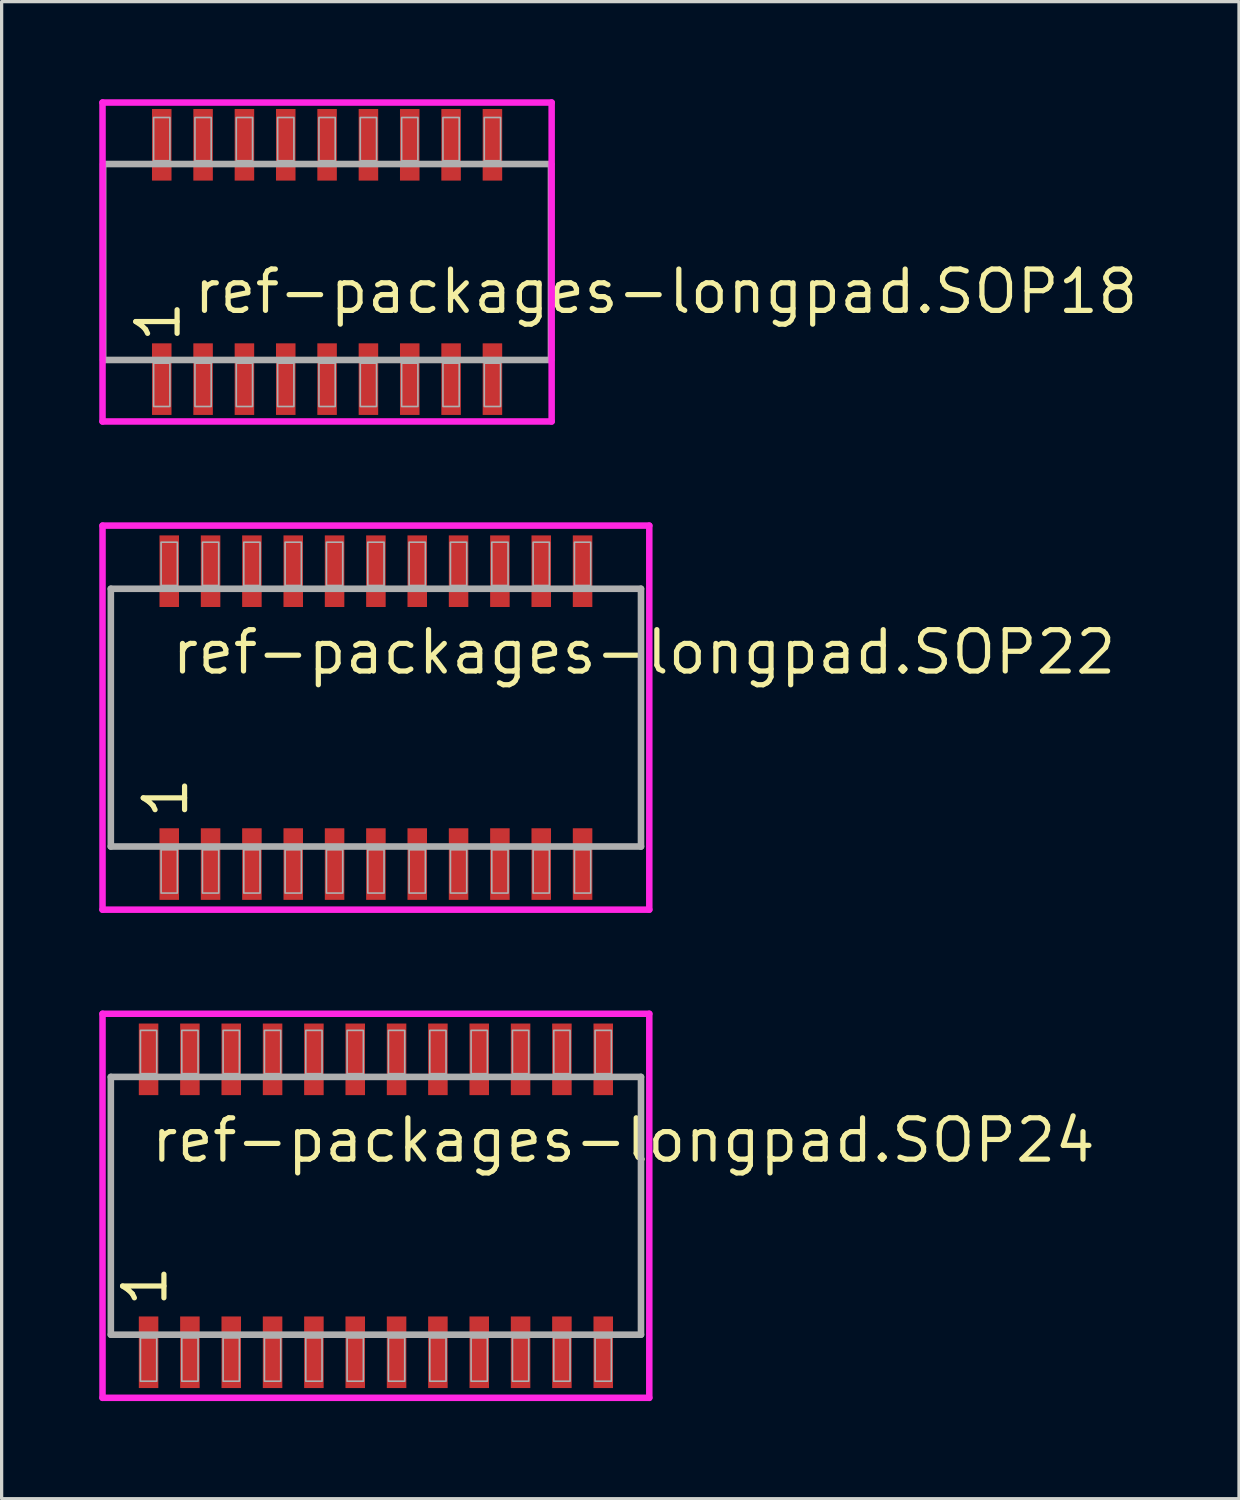
<source format=kicad_pcb>
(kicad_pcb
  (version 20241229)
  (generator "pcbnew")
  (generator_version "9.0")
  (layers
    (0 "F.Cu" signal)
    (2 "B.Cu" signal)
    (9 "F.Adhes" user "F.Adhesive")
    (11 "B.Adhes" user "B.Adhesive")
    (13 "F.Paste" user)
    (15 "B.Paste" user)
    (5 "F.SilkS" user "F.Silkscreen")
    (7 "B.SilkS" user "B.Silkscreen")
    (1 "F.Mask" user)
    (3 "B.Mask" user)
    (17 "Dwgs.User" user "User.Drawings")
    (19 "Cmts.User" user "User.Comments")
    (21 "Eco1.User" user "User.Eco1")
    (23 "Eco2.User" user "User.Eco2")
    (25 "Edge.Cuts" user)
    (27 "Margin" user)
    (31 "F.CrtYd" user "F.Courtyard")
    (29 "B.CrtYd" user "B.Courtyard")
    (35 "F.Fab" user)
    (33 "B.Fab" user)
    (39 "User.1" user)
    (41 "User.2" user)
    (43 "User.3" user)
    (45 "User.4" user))
  (footprint "ref-packages-longpad.SOP18"
    (layer "F.Cu")
    (at 7 5)
    (property "Reference" "ref-packages-longpad.SOP18" (at -4.175 1.65 0) (layer "F.SilkS") (effects (font (size 1.27 1.27) (thickness 0.16)) (justify left bottom)))
    (attr smd)
    (fp_line (start -6.9 -4.9) (end 6.9 -4.9) (stroke (width 0.2) (type default)) (layer "F.CrtYd"))
    (fp_line (start -6.9 4.9) (end -6.9 -4.9) (stroke (width 0.2) (type default)) (layer "F.CrtYd"))
    (fp_line (start 6.9 -4.9) (end 6.9 4.9) (stroke (width 0.2) (type default)) (layer "F.CrtYd"))
    (fp_line (start 6.9 4.9) (end -6.9 4.9) (stroke (width 0.2) (type default)) (layer "F.CrtYd"))
    (fp_line (start -6.88 -3.01) (end 6.88 -3.01) (stroke (width 0.203) (type default)) (layer "F.Fab"))
    (fp_line (start -6.88 3.01) (end -6.88 -3.01) (stroke (width 0.203) (type default)) (layer "F.Fab"))
    (fp_line (start 6.88 -3.01) (end 6.88 3.01) (stroke (width 0.203) (type default)) (layer "F.Fab"))
    (fp_line (start 6.88 3.01) (end -6.88 3.01) (stroke (width 0.203) (type default)) (layer "F.Fab"))
    (fp_rect (start -5.33 -3.11) (end -4.83 -4.44) (stroke (width 0.05) (type default)) (fill no) (layer "F.Fab"))
    (fp_rect (start -5.33 4.44) (end -4.83 3.11) (stroke (width 0.05) (type default)) (fill no) (layer "F.Fab"))
    (fp_rect (start -4.06 -3.11) (end -3.56 -4.44) (stroke (width 0.05) (type default)) (fill no) (layer "F.Fab"))
    (fp_rect (start -4.06 4.44) (end -3.56 3.11) (stroke (width 0.05) (type default)) (fill no) (layer "F.Fab"))
    (fp_rect (start -2.79 -3.11) (end -2.29 -4.44) (stroke (width 0.05) (type default)) (fill no) (layer "F.Fab"))
    (fp_rect (start -2.79 4.44) (end -2.29 3.11) (stroke (width 0.05) (type default)) (fill no) (layer "F.Fab"))
    (fp_rect (start -1.52 -3.11) (end -1.02 -4.44) (stroke (width 0.05) (type default)) (fill no) (layer "F.Fab"))
    (fp_rect (start -1.52 4.44) (end -1.02 3.11) (stroke (width 0.05) (type default)) (fill no) (layer "F.Fab"))
    (fp_rect (start -0.25 -3.11) (end 0.25 -4.44) (stroke (width 0.05) (type default)) (fill no) (layer "F.Fab"))
    (fp_rect (start -0.25 4.44) (end 0.25 3.11) (stroke (width 0.05) (type default)) (fill no) (layer "F.Fab"))
    (fp_rect (start 1.02 -3.11) (end 1.52 -4.44) (stroke (width 0.05) (type default)) (fill no) (layer "F.Fab"))
    (fp_rect (start 1.02 4.44) (end 1.52 3.11) (stroke (width 0.05) (type default)) (fill no) (layer "F.Fab"))
    (fp_rect (start 2.29 -3.11) (end 2.79 -4.44) (stroke (width 0.05) (type default)) (fill no) (layer "F.Fab"))
    (fp_rect (start 2.29 4.44) (end 2.79 3.11) (stroke (width 0.05) (type default)) (fill no) (layer "F.Fab"))
    (fp_rect (start 3.56 -3.11) (end 4.06 -4.44) (stroke (width 0.05) (type default)) (fill no) (layer "F.Fab"))
    (fp_rect (start 3.56 4.44) (end 4.06 3.11) (stroke (width 0.05) (type default)) (fill no) (layer "F.Fab"))
    (fp_rect (start 4.83 -3.11) (end 5.33 -4.44) (stroke (width 0.05) (type default)) (fill no) (layer "F.Fab"))
    (fp_rect (start 4.83 4.44) (end 5.33 3.11) (stroke (width 0.05) (type default)) (fill no) (layer "F.Fab"))
    (fp_text user "1" (at -4.445 2.54 90) (layer "F.SilkS") (effects (font (size 1.27 1.27) (thickness 0.16)) (justify left bottom)))
    (pad "1" smd roundrect (at -5.08 3.6) (size 0.6 2.2) (layers "F.Cu" "F.Mask" "F.Paste") (roundrect_rratio 0.01))
    (pad "2" smd roundrect (at -3.81 3.6) (size 0.6 2.2) (layers "F.Cu" "F.Mask" "F.Paste") (roundrect_rratio 0.01))
    (pad "3" smd roundrect (at -2.54 3.6) (size 0.6 2.2) (layers "F.Cu" "F.Mask" "F.Paste") (roundrect_rratio 0.01))
    (pad "4" smd roundrect (at -1.27 3.6) (size 0.6 2.2) (layers "F.Cu" "F.Mask" "F.Paste") (roundrect_rratio 0.01))
    (pad "5" smd roundrect (at 0 3.6) (size 0.6 2.2) (layers "F.Cu" "F.Mask" "F.Paste") (roundrect_rratio 0.01))
    (pad "6" smd roundrect (at 1.27 3.6) (size 0.6 2.2) (layers "F.Cu" "F.Mask" "F.Paste") (roundrect_rratio 0.01))
    (pad "7" smd roundrect (at 2.54 3.6) (size 0.6 2.2) (layers "F.Cu" "F.Mask" "F.Paste") (roundrect_rratio 0.01))
    (pad "8" smd roundrect (at 3.81 3.6) (size 0.6 2.2) (layers "F.Cu" "F.Mask" "F.Paste") (roundrect_rratio 0.01))
    (pad "9" smd roundrect (at 5.08 3.6) (size 0.6 2.2) (layers "F.Cu" "F.Mask" "F.Paste") (roundrect_rratio 0.01))
    (pad "10" smd roundrect (at 5.08 -3.6) (size 0.6 2.2) (layers "F.Cu" "F.Mask" "F.Paste") (roundrect_rratio 0.01))
    (pad "11" smd roundrect (at 3.81 -3.6) (size 0.6 2.2) (layers "F.Cu" "F.Mask" "F.Paste") (roundrect_rratio 0.01))
    (pad "12" smd roundrect (at 2.54 -3.6) (size 0.6 2.2) (layers "F.Cu" "F.Mask" "F.Paste") (roundrect_rratio 0.01))
    (pad "13" smd roundrect (at 1.27 -3.6) (size 0.6 2.2) (layers "F.Cu" "F.Mask" "F.Paste") (roundrect_rratio 0.01))
    (pad "14" smd roundrect (at 0 -3.6) (size 0.6 2.2) (layers "F.Cu" "F.Mask" "F.Paste") (roundrect_rratio 0.01))
    (pad "15" smd roundrect (at -1.27 -3.6) (size 0.6 2.2) (layers "F.Cu" "F.Mask" "F.Paste") (roundrect_rratio 0.01))
    (pad "16" smd roundrect (at -2.54 -3.6) (size 0.6 2.2) (layers "F.Cu" "F.Mask" "F.Paste") (roundrect_rratio 0.01))
    (pad "17" smd roundrect (at -3.81 -3.6) (size 0.6 2.2) (layers "F.Cu" "F.Mask" "F.Paste") (roundrect_rratio 0.01))
    (pad "18" smd roundrect (at -5.08 -3.6) (size 0.6 2.2) (layers "F.Cu" "F.Mask" "F.Paste") (roundrect_rratio 0.01)))
  (footprint "ref-packages-longpad.SOP22"
    (layer "F.Cu")
    (at 8.5 19)
    (property "Reference" "ref-packages-longpad.SOP22" (at -6.35 -1.27 0) (layer "F.SilkS") (effects (font (size 1.27 1.27) (thickness 0.16)) (justify left bottom)))
    (attr smd)
    (fp_line (start -8.4 -5.9) (end 8.4 -5.9) (stroke (width 0.2) (type default)) (layer "F.CrtYd"))
    (fp_line (start -8.4 5.9) (end -8.4 -5.9) (stroke (width 0.2) (type default)) (layer "F.CrtYd"))
    (fp_line (start 8.4 -5.9) (end 8.4 5.9) (stroke (width 0.2) (type default)) (layer "F.CrtYd"))
    (fp_line (start 8.4 5.9) (end -8.4 5.9) (stroke (width 0.2) (type default)) (layer "F.CrtYd"))
    (fp_line (start -8.145 -3.96) (end 8.145 -3.96) (stroke (width 0.203) (type default)) (layer "F.Fab"))
    (fp_line (start -8.145 3.96) (end -8.145 -3.96) (stroke (width 0.203) (type default)) (layer "F.Fab"))
    (fp_line (start 8.145 -3.96) (end 8.145 3.96) (stroke (width 0.203) (type default)) (layer "F.Fab"))
    (fp_line (start 8.145 3.96) (end -8.145 3.96) (stroke (width 0.203) (type default)) (layer "F.Fab"))
    (fp_rect (start -6.6 -4.06) (end -6.1 -5.39) (stroke (width 0.05) (type default)) (fill no) (layer "F.Fab"))
    (fp_rect (start -6.6 5.39) (end -6.1 4.06) (stroke (width 0.05) (type default)) (fill no) (layer "F.Fab"))
    (fp_rect (start -5.33 -4.06) (end -4.83 -5.39) (stroke (width 0.05) (type default)) (fill no) (layer "F.Fab"))
    (fp_rect (start -5.33 5.39) (end -4.83 4.06) (stroke (width 0.05) (type default)) (fill no) (layer "F.Fab"))
    (fp_rect (start -4.06 -4.06) (end -3.56 -5.39) (stroke (width 0.05) (type default)) (fill no) (layer "F.Fab"))
    (fp_rect (start -4.06 5.39) (end -3.56 4.06) (stroke (width 0.05) (type default)) (fill no) (layer "F.Fab"))
    (fp_rect (start -2.79 -4.06) (end -2.29 -5.39) (stroke (width 0.05) (type default)) (fill no) (layer "F.Fab"))
    (fp_rect (start -2.79 5.39) (end -2.29 4.06) (stroke (width 0.05) (type default)) (fill no) (layer "F.Fab"))
    (fp_rect (start -1.52 -4.06) (end -1.02 -5.39) (stroke (width 0.05) (type default)) (fill no) (layer "F.Fab"))
    (fp_rect (start -1.52 5.39) (end -1.02 4.06) (stroke (width 0.05) (type default)) (fill no) (layer "F.Fab"))
    (fp_rect (start -0.25 -4.06) (end 0.25 -5.39) (stroke (width 0.05) (type default)) (fill no) (layer "F.Fab"))
    (fp_rect (start -0.25 5.39) (end 0.25 4.06) (stroke (width 0.05) (type default)) (fill no) (layer "F.Fab"))
    (fp_rect (start 1.02 -4.06) (end 1.52 -5.39) (stroke (width 0.05) (type default)) (fill no) (layer "F.Fab"))
    (fp_rect (start 1.02 5.39) (end 1.52 4.06) (stroke (width 0.05) (type default)) (fill no) (layer "F.Fab"))
    (fp_rect (start 2.29 -4.06) (end 2.79 -5.39) (stroke (width 0.05) (type default)) (fill no) (layer "F.Fab"))
    (fp_rect (start 2.29 5.39) (end 2.79 4.06) (stroke (width 0.05) (type default)) (fill no) (layer "F.Fab"))
    (fp_rect (start 3.56 -4.06) (end 4.06 -5.39) (stroke (width 0.05) (type default)) (fill no) (layer "F.Fab"))
    (fp_rect (start 3.56 5.39) (end 4.06 4.06) (stroke (width 0.05) (type default)) (fill no) (layer "F.Fab"))
    (fp_rect (start 4.83 -4.06) (end 5.33 -5.39) (stroke (width 0.05) (type default)) (fill no) (layer "F.Fab"))
    (fp_rect (start 4.83 5.39) (end 5.33 4.06) (stroke (width 0.05) (type default)) (fill no) (layer "F.Fab"))
    (fp_rect (start 6.1 -4.06) (end 6.6 -5.39) (stroke (width 0.05) (type default)) (fill no) (layer "F.Fab"))
    (fp_rect (start 6.1 5.39) (end 6.6 4.06) (stroke (width 0.05) (type default)) (fill no) (layer "F.Fab"))
    (fp_text user "1" (at -5.715 3.175 90) (layer "F.SilkS") (effects (font (size 1.27 1.27) (thickness 0.16)) (justify left bottom)))
    (pad "1" smd roundrect (at -6.35 4.5) (size 0.6 2.2) (layers "F.Cu" "F.Mask" "F.Paste") (roundrect_rratio 0.01))
    (pad "2" smd roundrect (at -5.08 4.5) (size 0.6 2.2) (layers "F.Cu" "F.Mask" "F.Paste") (roundrect_rratio 0.01))
    (pad "3" smd roundrect (at -3.81 4.5) (size 0.6 2.2) (layers "F.Cu" "F.Mask" "F.Paste") (roundrect_rratio 0.01))
    (pad "4" smd roundrect (at -2.54 4.5) (size 0.6 2.2) (layers "F.Cu" "F.Mask" "F.Paste") (roundrect_rratio 0.01))
    (pad "5" smd roundrect (at -1.27 4.5) (size 0.6 2.2) (layers "F.Cu" "F.Mask" "F.Paste") (roundrect_rratio 0.01))
    (pad "6" smd roundrect (at 0 4.5) (size 0.6 2.2) (layers "F.Cu" "F.Mask" "F.Paste") (roundrect_rratio 0.01))
    (pad "7" smd roundrect (at 1.27 4.5) (size 0.6 2.2) (layers "F.Cu" "F.Mask" "F.Paste") (roundrect_rratio 0.01))
    (pad "8" smd roundrect (at 2.54 4.5) (size 0.6 2.2) (layers "F.Cu" "F.Mask" "F.Paste") (roundrect_rratio 0.01))
    (pad "9" smd roundrect (at 3.81 4.5) (size 0.6 2.2) (layers "F.Cu" "F.Mask" "F.Paste") (roundrect_rratio 0.01))
    (pad "10" smd roundrect (at 5.08 4.5) (size 0.6 2.2) (layers "F.Cu" "F.Mask" "F.Paste") (roundrect_rratio 0.01))
    (pad "11" smd roundrect (at 6.35 4.5) (size 0.6 2.2) (layers "F.Cu" "F.Mask" "F.Paste") (roundrect_rratio 0.01))
    (pad "12" smd roundrect (at 6.35 -4.5) (size 0.6 2.2) (layers "F.Cu" "F.Mask" "F.Paste") (roundrect_rratio 0.01))
    (pad "13" smd roundrect (at 5.08 -4.5) (size 0.6 2.2) (layers "F.Cu" "F.Mask" "F.Paste") (roundrect_rratio 0.01))
    (pad "14" smd roundrect (at 3.81 -4.5) (size 0.6 2.2) (layers "F.Cu" "F.Mask" "F.Paste") (roundrect_rratio 0.01))
    (pad "15" smd roundrect (at 2.54 -4.5) (size 0.6 2.2) (layers "F.Cu" "F.Mask" "F.Paste") (roundrect_rratio 0.01))
    (pad "16" smd roundrect (at 1.27 -4.5) (size 0.6 2.2) (layers "F.Cu" "F.Mask" "F.Paste") (roundrect_rratio 0.01))
    (pad "17" smd roundrect (at 0 -4.5) (size 0.6 2.2) (layers "F.Cu" "F.Mask" "F.Paste") (roundrect_rratio 0.01))
    (pad "18" smd roundrect (at -1.27 -4.5) (size 0.6 2.2) (layers "F.Cu" "F.Mask" "F.Paste") (roundrect_rratio 0.01))
    (pad "19" smd roundrect (at -2.54 -4.5) (size 0.6 2.2) (layers "F.Cu" "F.Mask" "F.Paste") (roundrect_rratio 0.01))
    (pad "20" smd roundrect (at -3.81 -4.5) (size 0.6 2.2) (layers "F.Cu" "F.Mask" "F.Paste") (roundrect_rratio 0.01))
    (pad "21" smd roundrect (at -5.08 -4.5) (size 0.6 2.2) (layers "F.Cu" "F.Mask" "F.Paste") (roundrect_rratio 0.01))
    (pad "22" smd roundrect (at -6.35 -4.5) (size 0.6 2.2) (layers "F.Cu" "F.Mask" "F.Paste") (roundrect_rratio 0.01)))
  (footprint "ref-packages-longpad.SOP24"
    (layer "F.Cu")
    (at 8.5 33.999)
    (property "Reference" "ref-packages-longpad.SOP24" (at -6.985 -1.27 0) (layer "F.SilkS") (effects (font (size 1.27 1.27) (thickness 0.16)) (justify left bottom)))
    (attr smd)
    (fp_line (start -8.4 -5.9) (end 8.4 -5.9) (stroke (width 0.2) (type default)) (layer "F.CrtYd"))
    (fp_line (start -8.4 5.9) (end -8.4 -5.9) (stroke (width 0.2) (type default)) (layer "F.CrtYd"))
    (fp_line (start 8.4 -5.9) (end 8.4 5.9) (stroke (width 0.2) (type default)) (layer "F.CrtYd"))
    (fp_line (start 8.4 5.9) (end -8.4 5.9) (stroke (width 0.2) (type default)) (layer "F.CrtYd"))
    (fp_line (start -8.145 -3.96) (end 8.145 -3.96) (stroke (width 0.203) (type default)) (layer "F.Fab"))
    (fp_line (start -8.145 3.96) (end -8.145 -3.96) (stroke (width 0.203) (type default)) (layer "F.Fab"))
    (fp_line (start 8.145 -3.96) (end 8.145 3.96) (stroke (width 0.203) (type default)) (layer "F.Fab"))
    (fp_line (start 8.145 3.96) (end -8.145 3.96) (stroke (width 0.203) (type default)) (layer "F.Fab"))
    (fp_rect (start -7.235 -4.06) (end -6.735 -5.39) (stroke (width 0.05) (type default)) (fill no) (layer "F.Fab"))
    (fp_rect (start -7.235 5.39) (end -6.735 4.06) (stroke (width 0.05) (type default)) (fill no) (layer "F.Fab"))
    (fp_rect (start -5.965 -4.06) (end -5.465 -5.39) (stroke (width 0.05) (type default)) (fill no) (layer "F.Fab"))
    (fp_rect (start -5.965 5.39) (end -5.465 4.06) (stroke (width 0.05) (type default)) (fill no) (layer "F.Fab"))
    (fp_rect (start -4.695 -4.06) (end -4.195 -5.39) (stroke (width 0.05) (type default)) (fill no) (layer "F.Fab"))
    (fp_rect (start -4.695 5.39) (end -4.195 4.06) (stroke (width 0.05) (type default)) (fill no) (layer "F.Fab"))
    (fp_rect (start -3.425 -4.06) (end -2.925 -5.39) (stroke (width 0.05) (type default)) (fill no) (layer "F.Fab"))
    (fp_rect (start -3.425 5.39) (end -2.925 4.06) (stroke (width 0.05) (type default)) (fill no) (layer "F.Fab"))
    (fp_rect (start -2.155 -4.06) (end -1.655 -5.39) (stroke (width 0.05) (type default)) (fill no) (layer "F.Fab"))
    (fp_rect (start -2.155 5.39) (end -1.655 4.06) (stroke (width 0.05) (type default)) (fill no) (layer "F.Fab"))
    (fp_rect (start -0.885 -4.06) (end -0.385 -5.39) (stroke (width 0.05) (type default)) (fill no) (layer "F.Fab"))
    (fp_rect (start -0.885 5.39) (end -0.385 4.06) (stroke (width 0.05) (type default)) (fill no) (layer "F.Fab"))
    (fp_rect (start 0.385 -4.06) (end 0.885 -5.39) (stroke (width 0.05) (type default)) (fill no) (layer "F.Fab"))
    (fp_rect (start 0.385 5.39) (end 0.885 4.06) (stroke (width 0.05) (type default)) (fill no) (layer "F.Fab"))
    (fp_rect (start 1.655 -4.06) (end 2.155 -5.39) (stroke (width 0.05) (type default)) (fill no) (layer "F.Fab"))
    (fp_rect (start 1.655 5.39) (end 2.155 4.06) (stroke (width 0.05) (type default)) (fill no) (layer "F.Fab"))
    (fp_rect (start 2.925 -4.06) (end 3.425 -5.39) (stroke (width 0.05) (type default)) (fill no) (layer "F.Fab"))
    (fp_rect (start 2.925 5.39) (end 3.425 4.06) (stroke (width 0.05) (type default)) (fill no) (layer "F.Fab"))
    (fp_rect (start 4.195 -4.06) (end 4.695 -5.39) (stroke (width 0.05) (type default)) (fill no) (layer "F.Fab"))
    (fp_rect (start 4.195 5.39) (end 4.695 4.06) (stroke (width 0.05) (type default)) (fill no) (layer "F.Fab"))
    (fp_rect (start 5.465 -4.06) (end 5.965 -5.39) (stroke (width 0.05) (type default)) (fill no) (layer "F.Fab"))
    (fp_rect (start 5.465 5.39) (end 5.965 4.06) (stroke (width 0.05) (type default)) (fill no) (layer "F.Fab"))
    (fp_rect (start 6.735 -4.06) (end 7.235 -5.39) (stroke (width 0.05) (type default)) (fill no) (layer "F.Fab"))
    (fp_rect (start 6.735 5.39) (end 7.235 4.06) (stroke (width 0.05) (type default)) (fill no) (layer "F.Fab"))
    (fp_text user "1" (at -6.35 3.175 90) (layer "F.SilkS") (effects (font (size 1.27 1.27) (thickness 0.16)) (justify left bottom)))
    (pad "1" smd roundrect (at -6.985 4.5) (size 0.6 2.2) (layers "F.Cu" "F.Mask" "F.Paste") (roundrect_rratio 0.01))
    (pad "2" smd roundrect (at -5.715 4.5) (size 0.6 2.2) (layers "F.Cu" "F.Mask" "F.Paste") (roundrect_rratio 0.01))
    (pad "3" smd roundrect (at -4.445 4.5) (size 0.6 2.2) (layers "F.Cu" "F.Mask" "F.Paste") (roundrect_rratio 0.01))
    (pad "4" smd roundrect (at -3.175 4.5) (size 0.6 2.2) (layers "F.Cu" "F.Mask" "F.Paste") (roundrect_rratio 0.01))
    (pad "5" smd roundrect (at -1.905 4.5) (size 0.6 2.2) (layers "F.Cu" "F.Mask" "F.Paste") (roundrect_rratio 0.01))
    (pad "6" smd roundrect (at -0.635 4.5) (size 0.6 2.2) (layers "F.Cu" "F.Mask" "F.Paste") (roundrect_rratio 0.01))
    (pad "7" smd roundrect (at 0.635 4.5) (size 0.6 2.2) (layers "F.Cu" "F.Mask" "F.Paste") (roundrect_rratio 0.01))
    (pad "8" smd roundrect (at 1.905 4.5) (size 0.6 2.2) (layers "F.Cu" "F.Mask" "F.Paste") (roundrect_rratio 0.01))
    (pad "9" smd roundrect (at 3.175 4.5) (size 0.6 2.2) (layers "F.Cu" "F.Mask" "F.Paste") (roundrect_rratio 0.01))
    (pad "10" smd roundrect (at 4.445 4.5) (size 0.6 2.2) (layers "F.Cu" "F.Mask" "F.Paste") (roundrect_rratio 0.01))
    (pad "11" smd roundrect (at 5.715 4.5) (size 0.6 2.2) (layers "F.Cu" "F.Mask" "F.Paste") (roundrect_rratio 0.01))
    (pad "12" smd roundrect (at 6.985 4.5) (size 0.6 2.2) (layers "F.Cu" "F.Mask" "F.Paste") (roundrect_rratio 0.01))
    (pad "13" smd roundrect (at 6.985 -4.5) (size 0.6 2.2) (layers "F.Cu" "F.Mask" "F.Paste") (roundrect_rratio 0.01))
    (pad "14" smd roundrect (at 5.715 -4.5) (size 0.6 2.2) (layers "F.Cu" "F.Mask" "F.Paste") (roundrect_rratio 0.01))
    (pad "15" smd roundrect (at 4.445 -4.5) (size 0.6 2.2) (layers "F.Cu" "F.Mask" "F.Paste") (roundrect_rratio 0.01))
    (pad "16" smd roundrect (at 3.175 -4.5) (size 0.6 2.2) (layers "F.Cu" "F.Mask" "F.Paste") (roundrect_rratio 0.01))
    (pad "17" smd roundrect (at 1.905 -4.5) (size 0.6 2.2) (layers "F.Cu" "F.Mask" "F.Paste") (roundrect_rratio 0.01))
    (pad "18" smd roundrect (at 0.635 -4.5) (size 0.6 2.2) (layers "F.Cu" "F.Mask" "F.Paste") (roundrect_rratio 0.01))
    (pad "19" smd roundrect (at -0.635 -4.5) (size 0.6 2.2) (layers "F.Cu" "F.Mask" "F.Paste") (roundrect_rratio 0.01))
    (pad "20" smd roundrect (at -1.905 -4.5) (size 0.6 2.2) (layers "F.Cu" "F.Mask" "F.Paste") (roundrect_rratio 0.01))
    (pad "21" smd roundrect (at -3.175 -4.5) (size 0.6 2.2) (layers "F.Cu" "F.Mask" "F.Paste") (roundrect_rratio 0.01))
    (pad "22" smd roundrect (at -4.445 -4.5) (size 0.6 2.2) (layers "F.Cu" "F.Mask" "F.Paste") (roundrect_rratio 0.01))
    (pad "23" smd roundrect (at -5.715 -4.5) (size 0.6 2.2) (layers "F.Cu" "F.Mask" "F.Paste") (roundrect_rratio 0.01))
    (pad "24" smd roundrect (at -6.985 -4.5) (size 0.6 2.2) (layers "F.Cu" "F.Mask" "F.Paste") (roundrect_rratio 0.01)))
  (gr_rect
    (start -3 -3)
    (end 35.019 42.999)
    (stroke (width 0.1) (type default))
    (fill no)
    (layer "Edge.Cuts")))
</source>
